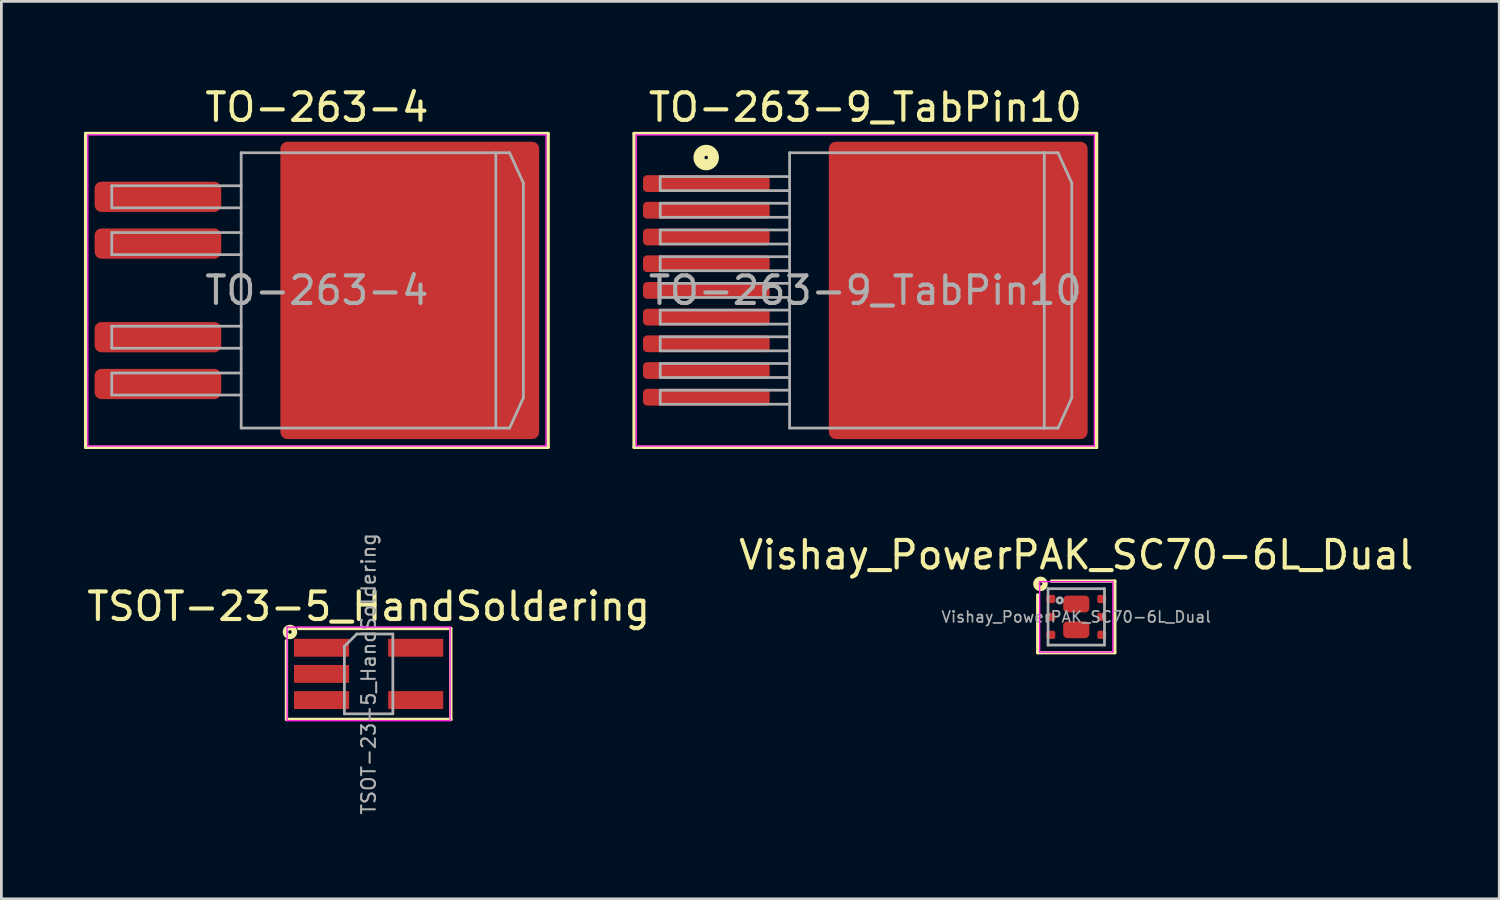
<source format=kicad_pcb>
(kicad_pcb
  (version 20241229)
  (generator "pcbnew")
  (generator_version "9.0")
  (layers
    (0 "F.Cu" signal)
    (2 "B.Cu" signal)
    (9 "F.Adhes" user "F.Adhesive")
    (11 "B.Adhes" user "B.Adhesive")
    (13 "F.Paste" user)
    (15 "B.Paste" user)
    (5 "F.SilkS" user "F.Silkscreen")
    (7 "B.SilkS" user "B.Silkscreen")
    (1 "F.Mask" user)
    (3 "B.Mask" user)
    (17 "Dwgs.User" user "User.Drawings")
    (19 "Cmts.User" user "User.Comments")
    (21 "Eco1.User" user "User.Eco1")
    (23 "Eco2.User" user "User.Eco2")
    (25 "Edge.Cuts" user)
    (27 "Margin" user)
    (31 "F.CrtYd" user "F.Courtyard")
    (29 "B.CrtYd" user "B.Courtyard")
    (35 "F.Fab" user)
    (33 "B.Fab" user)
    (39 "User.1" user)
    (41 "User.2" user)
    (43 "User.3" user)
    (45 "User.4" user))
  (footprint "TO-263-4"
    (layer "F.Cu")
    (at 8.46 7.498)
    (property "Reference" "TO-263-4" (at 0 -6.65 0) (layer "F.SilkS") (effects (font (size 1 1) (thickness 0.15))))
    (attr smd)
    (fp_line (start -8.4 -5.7) (end -8.4 5.7) (stroke (width 0.12) (type solid)) (layer "F.SilkS"))
    (fp_line (start -8.4 5.7) (end 8.4 5.7) (stroke (width 0.12) (type solid)) (layer "F.SilkS"))
    (fp_line (start 8.4 -5.7) (end -8.4 -5.7) (stroke (width 0.12) (type solid)) (layer "F.SilkS"))
    (fp_line (start 8.4 5.7) (end 8.4 -5.7) (stroke (width 0.12) (type solid)) (layer "F.SilkS"))
    (fp_line (start -8.32 -5.65) (end -8.32 5.65) (stroke (width 0.05) (type solid)) (layer "F.CrtYd"))
    (fp_line (start -8.32 5.65) (end 8.32 5.65) (stroke (width 0.05) (type solid)) (layer "F.CrtYd"))
    (fp_line (start 8.32 -5.65) (end -8.32 -5.65) (stroke (width 0.05) (type solid)) (layer "F.CrtYd"))
    (fp_line (start 8.32 5.65) (end 8.32 -5.65) (stroke (width 0.05) (type solid)) (layer "F.CrtYd"))
    (fp_line (start -7.45 -3.8) (end -7.45 -3) (stroke (width 0.1) (type solid)) (layer "F.Fab"))
    (fp_line (start -7.45 -3) (end -2.75 -3) (stroke (width 0.1) (type solid)) (layer "F.Fab"))
    (fp_line (start -7.45 -2.1) (end -7.45 -1.3) (stroke (width 0.1) (type solid)) (layer "F.Fab"))
    (fp_line (start -7.45 -1.3) (end -2.75 -1.3) (stroke (width 0.1) (type solid)) (layer "F.Fab"))
    (fp_line (start -7.45 1.3) (end -7.45 2.1) (stroke (width 0.1) (type solid)) (layer "F.Fab"))
    (fp_line (start -7.45 2.1) (end -2.75 2.1) (stroke (width 0.1) (type solid)) (layer "F.Fab"))
    (fp_line (start -7.45 3) (end -7.45 3.8) (stroke (width 0.1) (type solid)) (layer "F.Fab"))
    (fp_line (start -7.45 3.8) (end -2.75 3.8) (stroke (width 0.1) (type solid)) (layer "F.Fab"))
    (fp_line (start -2.75 -5) (end 6.5 -5) (stroke (width 0.1) (type solid)) (layer "F.Fab"))
    (fp_line (start -2.75 -3.8) (end -7.45 -3.8) (stroke (width 0.1) (type solid)) (layer "F.Fab"))
    (fp_line (start -2.75 -2.1) (end -7.45 -2.1) (stroke (width 0.1) (type solid)) (layer "F.Fab"))
    (fp_line (start -2.75 1.3) (end -7.45 1.3) (stroke (width 0.1) (type solid)) (layer "F.Fab"))
    (fp_line (start -2.75 3) (end -7.45 3) (stroke (width 0.1) (type solid)) (layer "F.Fab"))
    (fp_line (start -2.75 5) (end -2.75 -5) (stroke (width 0.1) (type solid)) (layer "F.Fab"))
    (fp_line (start 6.5 -5) (end 6.5 5) (stroke (width 0.1) (type solid)) (layer "F.Fab"))
    (fp_line (start 6.5 -5) (end 7 -5) (stroke (width 0.1) (type solid)) (layer "F.Fab"))
    (fp_line (start 6.5 5) (end -2.75 5) (stroke (width 0.1) (type solid)) (layer "F.Fab"))
    (fp_line (start 6.5 5) (end 7 5) (stroke (width 0.1) (type solid)) (layer "F.Fab"))
    (fp_line (start 7 -5) (end 7.5 -3.9) (stroke (width 0.1) (type solid)) (layer "F.Fab"))
    (fp_line (start 7 5) (end 7.5 3.9) (stroke (width 0.1) (type solid)) (layer "F.Fab"))
    (fp_line (start 7.5 -3.9) (end 7.5 3.9) (stroke (width 0.1) (type solid)) (layer "F.Fab"))
    (fp_text user "${REFERENCE}" (at 0 0 0) (layer "F.Fab") (effects (font (size 1 1) (thickness 0.15))))
    (pad "" smd roundrect (at -0.1 -3.9) (size 2 2.3) (layers "F.Paste") (roundrect_rratio 0.125))
    (pad "" smd roundrect (at -0.1 -1.3) (size 2 2.3) (layers "F.Paste") (roundrect_rratio 0.125))
    (pad "" smd roundrect (at -0.1 1.3) (size 2 2.3) (layers "F.Paste") (roundrect_rratio 0.125))
    (pad "" smd roundrect (at -0.1 3.9) (size 2 2.3) (layers "F.Paste") (roundrect_rratio 0.125))
    (pad "" smd roundrect (at 2.2 -3.9) (size 2 2.3) (layers "F.Paste") (roundrect_rratio 0.125))
    (pad "" smd roundrect (at 2.2 -1.3) (size 2 2.3) (layers "F.Paste") (roundrect_rratio 0.125))
    (pad "" smd roundrect (at 2.2 1.3) (size 2 2.3) (layers "F.Paste") (roundrect_rratio 0.125))
    (pad "" smd roundrect (at 2.2 3.9) (size 2 2.3) (layers "F.Paste") (roundrect_rratio 0.125))
    (pad "" smd roundrect (at 4.5 -3.9) (size 2 2.3) (layers "F.Paste") (roundrect_rratio 0.125))
    (pad "" smd roundrect (at 4.5 -1.3) (size 2 2.3) (layers "F.Paste") (roundrect_rratio 0.125))
    (pad "" smd roundrect (at 4.5 1.3) (size 2 2.3) (layers "F.Paste") (roundrect_rratio 0.125))
    (pad "" smd roundrect (at 4.5 3.9) (size 2 2.3) (layers "F.Paste") (roundrect_rratio 0.125))
    (pad "" smd roundrect (at 6.8 -3.9) (size 2 2.3) (layers "F.Paste") (roundrect_rratio 0.125))
    (pad "" smd roundrect (at 6.8 -1.3) (size 2 2.3) (layers "F.Paste") (roundrect_rratio 0.125))
    (pad "" smd roundrect (at 6.8 1.3) (size 2 2.3) (layers "F.Paste") (roundrect_rratio 0.125))
    (pad "" smd roundrect (at 6.8 3.9) (size 2 2.3) (layers "F.Paste") (roundrect_rratio 0.125))
    (pad "1" smd roundrect (at -5.775 -3.4) (size 4.6 1.1) (layers "F.Cu" "F.Mask" "F.Paste") (roundrect_rratio 0.227))
    (pad "2" smd roundrect (at -5.775 -1.7) (size 4.6 1.1) (layers "F.Cu" "F.Mask" "F.Paste") (roundrect_rratio 0.227))
    (pad "3" smd roundrect (at 3.375 0) (size 9.4 10.8) (layers "F.Cu" "F.Mask") (roundrect_rratio 0.027))
    (pad "4" smd roundrect (at -5.775 1.7) (size 4.6 1.1) (layers "F.Cu" "F.Mask" "F.Paste") (roundrect_rratio 0.227))
    (pad "5" smd roundrect (at -5.775 3.4) (size 4.6 1.1) (layers "F.Cu" "F.Mask" "F.Paste") (roundrect_rratio 0.227)))
  (footprint "TO-263-9_TabPin10"
    (layer "F.Cu")
    (at 28.38 7.498)
    (property "Reference" "TO-263-9_TabPin10" (at 0 -6.65 0) (layer "F.SilkS") (effects (font (size 1 1) (thickness 0.15))))
    (attr smd)
    (fp_line (start -8.4 -5.7) (end -8.4 5.7) (stroke (width 0.12) (type solid)) (layer "F.SilkS"))
    (fp_line (start -8.4 5.7) (end 8.4 5.7) (stroke (width 0.12) (type solid)) (layer "F.SilkS"))
    (fp_line (start 8.4 -5.7) (end -8.4 -5.7) (stroke (width 0.12) (type solid)) (layer "F.SilkS"))
    (fp_line (start 8.4 5.7) (end 8.4 -5.7) (stroke (width 0.12) (type solid)) (layer "F.SilkS"))
    (fp_circle (center -5.779 -4.826) (end -5.715 -4.826) (stroke (width 0.4) (type solid)) (fill no) (layer "F.SilkS"))
    (fp_line (start -8.32 -5.65) (end -8.32 5.65) (stroke (width 0.05) (type solid)) (layer "F.CrtYd"))
    (fp_line (start -8.32 5.65) (end 8.32 5.65) (stroke (width 0.05) (type solid)) (layer "F.CrtYd"))
    (fp_line (start 8.32 -5.65) (end -8.32 -5.65) (stroke (width 0.05) (type solid)) (layer "F.CrtYd"))
    (fp_line (start 8.32 5.65) (end 8.32 -5.65) (stroke (width 0.05) (type solid)) (layer "F.CrtYd"))
    (fp_line (start -7.45 -4.135) (end -7.45 -3.625) (stroke (width 0.1) (type solid)) (layer "F.Fab"))
    (fp_line (start -7.45 -3.625) (end -2.75 -3.625) (stroke (width 0.1) (type solid)) (layer "F.Fab"))
    (fp_line (start -7.45 -3.165) (end -7.45 -2.655) (stroke (width 0.1) (type solid)) (layer "F.Fab"))
    (fp_line (start -7.45 -2.655) (end -2.75 -2.655) (stroke (width 0.1) (type solid)) (layer "F.Fab"))
    (fp_line (start -7.45 -2.195) (end -7.45 -1.685) (stroke (width 0.1) (type solid)) (layer "F.Fab"))
    (fp_line (start -7.45 -1.685) (end -2.75 -1.685) (stroke (width 0.1) (type solid)) (layer "F.Fab"))
    (fp_line (start -7.45 -1.225) (end -7.45 -0.715) (stroke (width 0.1) (type solid)) (layer "F.Fab"))
    (fp_line (start -7.45 -0.715) (end -2.75 -0.715) (stroke (width 0.1) (type solid)) (layer "F.Fab"))
    (fp_line (start -7.45 -0.255) (end -7.45 0.255) (stroke (width 0.1) (type solid)) (layer "F.Fab"))
    (fp_line (start -7.45 0.255) (end -2.75 0.255) (stroke (width 0.1) (type solid)) (layer "F.Fab"))
    (fp_line (start -7.45 0.715) (end -7.45 1.225) (stroke (width 0.1) (type solid)) (layer "F.Fab"))
    (fp_line (start -7.45 1.225) (end -2.75 1.225) (stroke (width 0.1) (type solid)) (layer "F.Fab"))
    (fp_line (start -7.45 1.685) (end -7.45 2.195) (stroke (width 0.1) (type solid)) (layer "F.Fab"))
    (fp_line (start -7.45 2.195) (end -2.75 2.195) (stroke (width 0.1) (type solid)) (layer "F.Fab"))
    (fp_line (start -7.45 2.655) (end -7.45 3.165) (stroke (width 0.1) (type solid)) (layer "F.Fab"))
    (fp_line (start -7.45 3.165) (end -2.75 3.165) (stroke (width 0.1) (type solid)) (layer "F.Fab"))
    (fp_line (start -7.45 3.625) (end -7.45 4.135) (stroke (width 0.1) (type solid)) (layer "F.Fab"))
    (fp_line (start -7.45 4.135) (end -2.75 4.135) (stroke (width 0.1) (type solid)) (layer "F.Fab"))
    (fp_line (start -2.75 -5) (end 6.5 -5) (stroke (width 0.1) (type solid)) (layer "F.Fab"))
    (fp_line (start -2.75 -4.135) (end -7.45 -4.135) (stroke (width 0.1) (type solid)) (layer "F.Fab"))
    (fp_line (start -2.75 -3.165) (end -7.45 -3.165) (stroke (width 0.1) (type solid)) (layer "F.Fab"))
    (fp_line (start -2.75 -2.195) (end -7.45 -2.195) (stroke (width 0.1) (type solid)) (layer "F.Fab"))
    (fp_line (start -2.75 -1.225) (end -7.45 -1.225) (stroke (width 0.1) (type solid)) (layer "F.Fab"))
    (fp_line (start -2.75 -0.255) (end -7.45 -0.255) (stroke (width 0.1) (type solid)) (layer "F.Fab"))
    (fp_line (start -2.75 0.715) (end -7.45 0.715) (stroke (width 0.1) (type solid)) (layer "F.Fab"))
    (fp_line (start -2.75 1.685) (end -7.45 1.685) (stroke (width 0.1) (type solid)) (layer "F.Fab"))
    (fp_line (start -2.75 2.655) (end -7.45 2.655) (stroke (width 0.1) (type solid)) (layer "F.Fab"))
    (fp_line (start -2.75 3.625) (end -7.45 3.625) (stroke (width 0.1) (type solid)) (layer "F.Fab"))
    (fp_line (start -2.75 5) (end -2.75 -5) (stroke (width 0.1) (type solid)) (layer "F.Fab"))
    (fp_line (start 6.5 -5) (end 6.5 5) (stroke (width 0.1) (type solid)) (layer "F.Fab"))
    (fp_line (start 6.5 -5) (end 7 -5) (stroke (width 0.1) (type solid)) (layer "F.Fab"))
    (fp_line (start 6.5 5) (end -2.75 5) (stroke (width 0.1) (type solid)) (layer "F.Fab"))
    (fp_line (start 6.5 5) (end 7 5) (stroke (width 0.1) (type solid)) (layer "F.Fab"))
    (fp_line (start 7 -5) (end 7.5 -3.9) (stroke (width 0.1) (type solid)) (layer "F.Fab"))
    (fp_line (start 7 5) (end 7.5 3.9) (stroke (width 0.1) (type solid)) (layer "F.Fab"))
    (fp_line (start 7.5 -3.9) (end 7.5 3.9) (stroke (width 0.1) (type solid)) (layer "F.Fab"))
    (fp_text user "${REFERENCE}" (at 0 0 0) (layer "F.Fab") (effects (font (size 1 1) (thickness 0.15))))
    (pad "" smd roundrect (at -0.1 -3.9) (size 2 2.3) (layers "F.Paste") (roundrect_rratio 0.125))
    (pad "" smd roundrect (at -0.1 -1.3) (size 2 2.3) (layers "F.Paste") (roundrect_rratio 0.125))
    (pad "" smd roundrect (at -0.1 1.3) (size 2 2.3) (layers "F.Paste") (roundrect_rratio 0.125))
    (pad "" smd roundrect (at -0.1 3.9) (size 2 2.3) (layers "F.Paste") (roundrect_rratio 0.125))
    (pad "" smd roundrect (at 2.2 -3.9) (size 2 2.3) (layers "F.Paste") (roundrect_rratio 0.125))
    (pad "" smd roundrect (at 2.2 -1.3) (size 2 2.3) (layers "F.Paste") (roundrect_rratio 0.125))
    (pad "" smd roundrect (at 2.2 1.3) (size 2 2.3) (layers "F.Paste") (roundrect_rratio 0.125))
    (pad "" smd roundrect (at 2.2 3.9) (size 2 2.3) (layers "F.Paste") (roundrect_rratio 0.125))
    (pad "" smd roundrect (at 4.5 -3.9) (size 2 2.3) (layers "F.Paste") (roundrect_rratio 0.125))
    (pad "" smd roundrect (at 4.5 -1.3) (size 2 2.3) (layers "F.Paste") (roundrect_rratio 0.125))
    (pad "" smd roundrect (at 4.5 1.3) (size 2 2.3) (layers "F.Paste") (roundrect_rratio 0.125))
    (pad "" smd roundrect (at 4.5 3.9) (size 2 2.3) (layers "F.Paste") (roundrect_rratio 0.125))
    (pad "" smd roundrect (at 6.8 -3.9) (size 2 2.3) (layers "F.Paste") (roundrect_rratio 0.125))
    (pad "" smd roundrect (at 6.8 -1.3) (size 2 2.3) (layers "F.Paste") (roundrect_rratio 0.125))
    (pad "" smd roundrect (at 6.8 1.3) (size 2 2.3) (layers "F.Paste") (roundrect_rratio 0.125))
    (pad "" smd roundrect (at 6.8 3.9) (size 2 2.3) (layers "F.Paste") (roundrect_rratio 0.125))
    (pad "1" smd roundrect (at -5.775 -3.88) (size 4.6 0.61) (layers "F.Cu" "F.Mask" "F.Paste") (roundrect_rratio 0.25))
    (pad "2" smd roundrect (at -5.775 -2.91) (size 4.6 0.61) (layers "F.Cu" "F.Mask" "F.Paste") (roundrect_rratio 0.25))
    (pad "3" smd roundrect (at -5.775 -1.94) (size 4.6 0.61) (layers "F.Cu" "F.Mask" "F.Paste") (roundrect_rratio 0.25))
    (pad "4" smd roundrect (at -5.775 -0.97) (size 4.6 0.61) (layers "F.Cu" "F.Mask" "F.Paste") (roundrect_rratio 0.25))
    (pad "5" smd roundrect (at -5.775 0) (size 4.6 0.61) (layers "F.Cu" "F.Mask" "F.Paste") (roundrect_rratio 0.25))
    (pad "6" smd roundrect (at -5.775 0.97) (size 4.6 0.61) (layers "F.Cu" "F.Mask" "F.Paste") (roundrect_rratio 0.25))
    (pad "7" smd roundrect (at -5.775 1.94) (size 4.6 0.61) (layers "F.Cu" "F.Mask" "F.Paste") (roundrect_rratio 0.25))
    (pad "8" smd roundrect (at -5.775 2.91) (size 4.6 0.61) (layers "F.Cu" "F.Mask" "F.Paste") (roundrect_rratio 0.25))
    (pad "9" smd roundrect (at -5.775 3.88) (size 4.6 0.61) (layers "F.Cu" "F.Mask" "F.Paste") (roundrect_rratio 0.25))
    (pad "10" smd roundrect (at 3.375 0) (size 9.4 10.8) (layers "F.Cu" "F.Mask") (roundrect_rratio 0.027)))
  (footprint "TSOT-23-5_HandSoldering"
    (layer "F.Cu")
    (at 10.339 21.428)
    (property "Reference" "TSOT-23-5_HandSoldering" (at 0 -2.45 0) (layer "F.SilkS") (effects (font (size 1 1) (thickness 0.15))))
    (attr smd)
    (fp_line (start -2.985 -1.206) (end -2.985 1.651) (stroke (width 0.12) (type solid)) (layer "F.SilkS"))
    (fp_line (start -2.985 1.651) (end 2.985 1.651) (stroke (width 0.12) (type solid)) (layer "F.SilkS"))
    (fp_line (start 2.985 -1.651) (end -2.54 -1.651) (stroke (width 0.12) (type solid)) (layer "F.SilkS"))
    (fp_line (start 2.985 1.651) (end 2.985 -1.651) (stroke (width 0.12) (type solid)) (layer "F.SilkS"))
    (fp_circle (center -2.857 -1.524) (end -2.794 -1.524) (stroke (width 0.2) (type solid)) (fill no) (layer "F.SilkS"))
    (fp_line (start -2.96 -1.7) (end -2.96 1.7) (stroke (width 0.05) (type solid)) (layer "F.CrtYd"))
    (fp_line (start -2.96 -1.7) (end 2.96 -1.7) (stroke (width 0.05) (type solid)) (layer "F.CrtYd"))
    (fp_line (start 2.96 1.7) (end -2.96 1.7) (stroke (width 0.05) (type solid)) (layer "F.CrtYd"))
    (fp_line (start 2.96 1.7) (end 2.96 -1.7) (stroke (width 0.05) (type solid)) (layer "F.CrtYd"))
    (fp_line (start -0.88 -1) (end -0.88 1.45) (stroke (width 0.1) (type solid)) (layer "F.Fab"))
    (fp_line (start -0.88 -1) (end -0.43 -1.45) (stroke (width 0.1) (type solid)) (layer "F.Fab"))
    (fp_line (start 0.88 -1.45) (end -0.43 -1.45) (stroke (width 0.1) (type solid)) (layer "F.Fab"))
    (fp_line (start 0.88 -1.45) (end 0.88 1.45) (stroke (width 0.1) (type solid)) (layer "F.Fab"))
    (fp_line (start 0.88 1.45) (end -0.88 1.45) (stroke (width 0.1) (type solid)) (layer "F.Fab"))
    (fp_text user "${REFERENCE}" (at 0 0 90) (layer "F.Fab") (effects (font (size 0.5 0.5) (thickness 0.075))))
    (pad "1" smd rect (at -1.71 -0.95) (size 2 0.65) (layers "F.Cu" "F.Mask" "F.Paste"))
    (pad "2" smd rect (at -1.71 0) (size 2 0.65) (layers "F.Cu" "F.Mask" "F.Paste"))
    (pad "3" smd rect (at -1.71 0.95) (size 2 0.65) (layers "F.Cu" "F.Mask" "F.Paste"))
    (pad "4" smd rect (at 1.71 0.95) (size 2 0.65) (layers "F.Cu" "F.Mask" "F.Paste"))
    (pad "5" smd rect (at 1.71 -0.95) (size 2 0.65) (layers "F.Cu" "F.Mask" "F.Paste")))
  (footprint "Vishay_PowerPAK_SC70-6L_Dual"
    (layer "F.Cu")
    (at 36.042 19.357)
    (property "Reference" "Vishay_PowerPAK_SC70-6L_Dual" (at 0 -2.25 0) (layer "F.SilkS") (effects (font (size 1 1) (thickness 0.15))))
    (attr smd)
    (fp_line (start -1.4 -0.8) (end -1.4 1.3) (stroke (width 0.12) (type solid)) (layer "F.SilkS"))
    (fp_line (start -1.4 1.3) (end 1.4 1.3) (stroke (width 0.12) (type solid)) (layer "F.SilkS"))
    (fp_line (start 1.4 -1.3) (end -0.9 -1.3) (stroke (width 0.12) (type solid)) (layer "F.SilkS"))
    (fp_line (start 1.4 1.3) (end 1.4 -1.3) (stroke (width 0.12) (type solid)) (layer "F.SilkS"))
    (fp_circle (center -1.3 -1.2) (end -1.236 -1.2) (stroke (width 0.2) (type solid)) (fill no) (layer "F.SilkS"))
    (fp_line (start -1.33 -1.28) (end 1.33 -1.28) (stroke (width 0.05) (type solid)) (layer "F.CrtYd"))
    (fp_line (start -1.33 1.28) (end -1.33 -1.28) (stroke (width 0.05) (type solid)) (layer "F.CrtYd"))
    (fp_line (start 1.33 -1.28) (end 1.33 1.28) (stroke (width 0.05) (type solid)) (layer "F.CrtYd"))
    (fp_line (start 1.33 1.28) (end -1.33 1.28) (stroke (width 0.05) (type solid)) (layer "F.CrtYd"))
    (fp_line (start -1.025 -1.025) (end 1.025 -1.025) (stroke (width 0.1) (type solid)) (layer "F.Fab"))
    (fp_line (start -1.025 1.025) (end -1.025 -1.025) (stroke (width 0.1) (type solid)) (layer "F.Fab"))
    (fp_line (start 1.025 -1.025) (end 1.025 1.025) (stroke (width 0.1) (type solid)) (layer "F.Fab"))
    (fp_line (start 1.025 1.025) (end -1.025 1.025) (stroke (width 0.1) (type solid)) (layer "F.Fab"))
    (fp_circle (center -0.6 -0.6) (end -0.5 -0.6) (stroke (width 0.1) (type solid)) (fill no) (layer "F.Fab"))
    (fp_text user "${REFERENCE}" (at 0 0 0) (layer "F.Fab") (effects (font (size 0.4 0.4) (thickness 0.06))))
    (pad "" smd roundrect (at 0 -0.475) (size 0.8 0.5) (layers "F.Paste") (roundrect_rratio 0.25))
    (pad "" smd roundrect (at 0 0.475) (size 0.8 0.5) (layers "F.Paste") (roundrect_rratio 0.25))
    (pad "1" smd roundrect (at -0.925 -0.65) (size 0.325 0.3) (layers "F.Cu" "F.Mask" "F.Paste") (roundrect_rratio 0.25))
    (pad "2" smd roundrect (at -0.925 0) (size 0.325 0.3) (layers "F.Cu" "F.Mask" "F.Paste") (roundrect_rratio 0.25))
    (pad "3" smd roundrect (at -0.925 0.65) (size 0.325 0.3) (layers "F.Cu" "F.Mask" "F.Paste") (roundrect_rratio 0.25))
    (pad "3" smd roundrect (at 0 0.467) (size 0.95 0.613) (layers "F.Cu" "F.Mask") (roundrect_rratio 0.25))
    (pad "4" smd roundrect (at 0.925 0.65) (size 0.325 0.3) (layers "F.Cu" "F.Mask" "F.Paste") (roundrect_rratio 0.25))
    (pad "5" smd roundrect (at 0.925 0) (size 0.325 0.3) (layers "F.Cu" "F.Mask" "F.Paste") (roundrect_rratio 0.25))
    (pad "6" smd roundrect (at 0 -0.467) (size 0.95 0.613) (layers "F.Cu" "F.Mask") (roundrect_rratio 0.25))
    (pad "6" smd roundrect (at 0.925 -0.65) (size 0.325 0.3) (layers "F.Cu" "F.Mask" "F.Paste") (roundrect_rratio 0.25)))
  (gr_rect
    (start -3 -3)
    (end 51.405 29.598)
    (stroke (width 0.1) (type default))
    (fill no)
    (layer "Edge.Cuts")))
</source>
